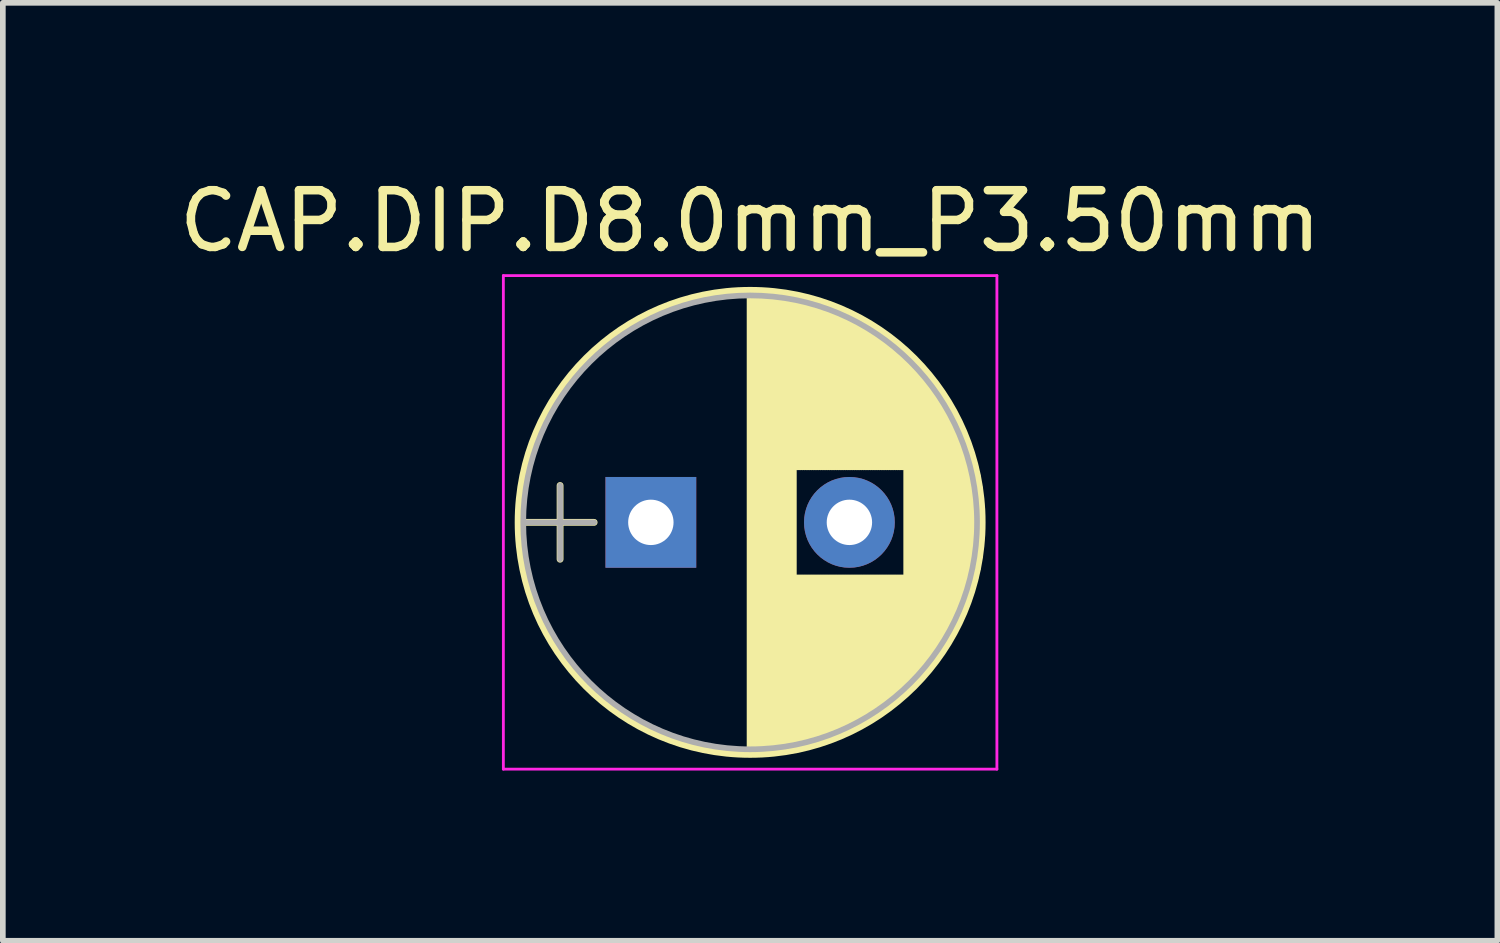
<source format=kicad_pcb>
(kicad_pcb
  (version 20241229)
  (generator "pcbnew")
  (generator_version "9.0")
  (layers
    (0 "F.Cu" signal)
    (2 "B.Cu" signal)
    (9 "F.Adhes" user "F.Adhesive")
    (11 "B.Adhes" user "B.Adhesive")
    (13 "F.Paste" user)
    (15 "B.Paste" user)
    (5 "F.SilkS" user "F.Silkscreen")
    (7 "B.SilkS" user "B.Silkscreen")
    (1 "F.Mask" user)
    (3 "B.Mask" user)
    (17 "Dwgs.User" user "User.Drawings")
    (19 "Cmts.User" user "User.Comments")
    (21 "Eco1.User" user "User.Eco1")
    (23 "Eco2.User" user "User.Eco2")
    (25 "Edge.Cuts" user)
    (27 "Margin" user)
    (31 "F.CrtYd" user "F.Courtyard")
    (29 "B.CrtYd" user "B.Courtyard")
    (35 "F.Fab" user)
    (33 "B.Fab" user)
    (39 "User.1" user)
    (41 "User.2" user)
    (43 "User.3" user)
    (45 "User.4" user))
  (footprint "CAP.DIP.D8.0mm_P3.50mm"
    (layer "F.Cu")
    (at 8.423 6.158)
    (property "Reference" "CAP.DIP.D8.0mm_P3.50mm" (at 1.75 -5.31 0) (layer "F.SilkS") (effects (font (size 1 1) (thickness 0.15))))
    (attr through_hole)
    (fp_line (start -2.2 0) (end -1 0) (stroke (width 0.12) (type solid)) (layer "F.SilkS"))
    (fp_line (start -1.6 -0.65) (end -1.6 0.65) (stroke (width 0.12) (type solid)) (layer "F.SilkS"))
    (fp_line (start 1.75 -4.05) (end 1.75 4.05) (stroke (width 0.12) (type solid)) (layer "F.SilkS"))
    (fp_line (start 1.79 -4.05) (end 1.79 4.05) (stroke (width 0.12) (type solid)) (layer "F.SilkS"))
    (fp_line (start 1.83 -4.05) (end 1.83 4.05) (stroke (width 0.12) (type solid)) (layer "F.SilkS"))
    (fp_line (start 1.87 -4.049) (end 1.87 4.049) (stroke (width 0.12) (type solid)) (layer "F.SilkS"))
    (fp_line (start 1.91 -4.047) (end 1.91 4.047) (stroke (width 0.12) (type solid)) (layer "F.SilkS"))
    (fp_line (start 1.95 -4.046) (end 1.95 4.046) (stroke (width 0.12) (type solid)) (layer "F.SilkS"))
    (fp_line (start 1.99 -4.043) (end 1.99 4.043) (stroke (width 0.12) (type solid)) (layer "F.SilkS"))
    (fp_line (start 2.03 -4.041) (end 2.03 4.041) (stroke (width 0.12) (type solid)) (layer "F.SilkS"))
    (fp_line (start 2.07 -4.038) (end 2.07 4.038) (stroke (width 0.12) (type solid)) (layer "F.SilkS"))
    (fp_line (start 2.11 -4.035) (end 2.11 4.035) (stroke (width 0.12) (type solid)) (layer "F.SilkS"))
    (fp_line (start 2.15 -4.031) (end 2.15 4.031) (stroke (width 0.12) (type solid)) (layer "F.SilkS"))
    (fp_line (start 2.19 -4.027) (end 2.19 4.027) (stroke (width 0.12) (type solid)) (layer "F.SilkS"))
    (fp_line (start 2.23 -4.022) (end 2.23 4.022) (stroke (width 0.12) (type solid)) (layer "F.SilkS"))
    (fp_line (start 2.27 -4.017) (end 2.27 4.017) (stroke (width 0.12) (type solid)) (layer "F.SilkS"))
    (fp_line (start 2.31 -4.012) (end 2.31 4.012) (stroke (width 0.12) (type solid)) (layer "F.SilkS"))
    (fp_line (start 2.35 -4.006) (end 2.35 4.006) (stroke (width 0.12) (type solid)) (layer "F.SilkS"))
    (fp_line (start 2.39 -4) (end 2.39 4) (stroke (width 0.12) (type solid)) (layer "F.SilkS"))
    (fp_line (start 2.43 -3.994) (end 2.43 3.994) (stroke (width 0.12) (type solid)) (layer "F.SilkS"))
    (fp_line (start 2.471 -3.987) (end 2.471 3.987) (stroke (width 0.12) (type solid)) (layer "F.SilkS"))
    (fp_line (start 2.511 -3.979) (end 2.511 3.979) (stroke (width 0.12) (type solid)) (layer "F.SilkS"))
    (fp_line (start 2.551 -3.971) (end 2.551 -0.98) (stroke (width 0.12) (type solid)) (layer "F.SilkS"))
    (fp_line (start 2.551 0.98) (end 2.551 3.971) (stroke (width 0.12) (type solid)) (layer "F.SilkS"))
    (fp_line (start 2.591 -3.963) (end 2.591 -0.98) (stroke (width 0.12) (type solid)) (layer "F.SilkS"))
    (fp_line (start 2.591 0.98) (end 2.591 3.963) (stroke (width 0.12) (type solid)) (layer "F.SilkS"))
    (fp_line (start 2.631 -3.955) (end 2.631 -0.98) (stroke (width 0.12) (type solid)) (layer "F.SilkS"))
    (fp_line (start 2.631 0.98) (end 2.631 3.955) (stroke (width 0.12) (type solid)) (layer "F.SilkS"))
    (fp_line (start 2.671 -3.946) (end 2.671 -0.98) (stroke (width 0.12) (type solid)) (layer "F.SilkS"))
    (fp_line (start 2.671 0.98) (end 2.671 3.946) (stroke (width 0.12) (type solid)) (layer "F.SilkS"))
    (fp_line (start 2.711 -3.936) (end 2.711 -0.98) (stroke (width 0.12) (type solid)) (layer "F.SilkS"))
    (fp_line (start 2.711 0.98) (end 2.711 3.936) (stroke (width 0.12) (type solid)) (layer "F.SilkS"))
    (fp_line (start 2.751 -3.926) (end 2.751 -0.98) (stroke (width 0.12) (type solid)) (layer "F.SilkS"))
    (fp_line (start 2.751 0.98) (end 2.751 3.926) (stroke (width 0.12) (type solid)) (layer "F.SilkS"))
    (fp_line (start 2.791 -3.916) (end 2.791 -0.98) (stroke (width 0.12) (type solid)) (layer "F.SilkS"))
    (fp_line (start 2.791 0.98) (end 2.791 3.916) (stroke (width 0.12) (type solid)) (layer "F.SilkS"))
    (fp_line (start 2.831 -3.905) (end 2.831 -0.98) (stroke (width 0.12) (type solid)) (layer "F.SilkS"))
    (fp_line (start 2.831 0.98) (end 2.831 3.905) (stroke (width 0.12) (type solid)) (layer "F.SilkS"))
    (fp_line (start 2.871 -3.894) (end 2.871 -0.98) (stroke (width 0.12) (type solid)) (layer "F.SilkS"))
    (fp_line (start 2.871 0.98) (end 2.871 3.894) (stroke (width 0.12) (type solid)) (layer "F.SilkS"))
    (fp_line (start 2.911 -3.883) (end 2.911 -0.98) (stroke (width 0.12) (type solid)) (layer "F.SilkS"))
    (fp_line (start 2.911 0.98) (end 2.911 3.883) (stroke (width 0.12) (type solid)) (layer "F.SilkS"))
    (fp_line (start 2.951 -3.87) (end 2.951 -0.98) (stroke (width 0.12) (type solid)) (layer "F.SilkS"))
    (fp_line (start 2.951 0.98) (end 2.951 3.87) (stroke (width 0.12) (type solid)) (layer "F.SilkS"))
    (fp_line (start 2.991 -3.858) (end 2.991 -0.98) (stroke (width 0.12) (type solid)) (layer "F.SilkS"))
    (fp_line (start 2.991 0.98) (end 2.991 3.858) (stroke (width 0.12) (type solid)) (layer "F.SilkS"))
    (fp_line (start 3.031 -3.845) (end 3.031 -0.98) (stroke (width 0.12) (type solid)) (layer "F.SilkS"))
    (fp_line (start 3.031 0.98) (end 3.031 3.845) (stroke (width 0.12) (type solid)) (layer "F.SilkS"))
    (fp_line (start 3.071 -3.832) (end 3.071 -0.98) (stroke (width 0.12) (type solid)) (layer "F.SilkS"))
    (fp_line (start 3.071 0.98) (end 3.071 3.832) (stroke (width 0.12) (type solid)) (layer "F.SilkS"))
    (fp_line (start 3.111 -3.818) (end 3.111 -0.98) (stroke (width 0.12) (type solid)) (layer "F.SilkS"))
    (fp_line (start 3.111 0.98) (end 3.111 3.818) (stroke (width 0.12) (type solid)) (layer "F.SilkS"))
    (fp_line (start 3.151 -3.803) (end 3.151 -0.98) (stroke (width 0.12) (type solid)) (layer "F.SilkS"))
    (fp_line (start 3.151 0.98) (end 3.151 3.803) (stroke (width 0.12) (type solid)) (layer "F.SilkS"))
    (fp_line (start 3.191 -3.789) (end 3.191 -0.98) (stroke (width 0.12) (type solid)) (layer "F.SilkS"))
    (fp_line (start 3.191 0.98) (end 3.191 3.789) (stroke (width 0.12) (type solid)) (layer "F.SilkS"))
    (fp_line (start 3.231 -3.773) (end 3.231 -0.98) (stroke (width 0.12) (type solid)) (layer "F.SilkS"))
    (fp_line (start 3.231 0.98) (end 3.231 3.773) (stroke (width 0.12) (type solid)) (layer "F.SilkS"))
    (fp_line (start 3.271 -3.758) (end 3.271 -0.98) (stroke (width 0.12) (type solid)) (layer "F.SilkS"))
    (fp_line (start 3.271 0.98) (end 3.271 3.758) (stroke (width 0.12) (type solid)) (layer "F.SilkS"))
    (fp_line (start 3.311 -3.741) (end 3.311 -0.98) (stroke (width 0.12) (type solid)) (layer "F.SilkS"))
    (fp_line (start 3.311 0.98) (end 3.311 3.741) (stroke (width 0.12) (type solid)) (layer "F.SilkS"))
    (fp_line (start 3.351 -3.725) (end 3.351 -0.98) (stroke (width 0.12) (type solid)) (layer "F.SilkS"))
    (fp_line (start 3.351 0.98) (end 3.351 3.725) (stroke (width 0.12) (type solid)) (layer "F.SilkS"))
    (fp_line (start 3.391 -3.707) (end 3.391 -0.98) (stroke (width 0.12) (type solid)) (layer "F.SilkS"))
    (fp_line (start 3.391 0.98) (end 3.391 3.707) (stroke (width 0.12) (type solid)) (layer "F.SilkS"))
    (fp_line (start 3.431 -3.69) (end 3.431 -0.98) (stroke (width 0.12) (type solid)) (layer "F.SilkS"))
    (fp_line (start 3.431 0.98) (end 3.431 3.69) (stroke (width 0.12) (type solid)) (layer "F.SilkS"))
    (fp_line (start 3.471 -3.671) (end 3.471 -0.98) (stroke (width 0.12) (type solid)) (layer "F.SilkS"))
    (fp_line (start 3.471 0.98) (end 3.471 3.671) (stroke (width 0.12) (type solid)) (layer "F.SilkS"))
    (fp_line (start 3.511 -3.652) (end 3.511 -0.98) (stroke (width 0.12) (type solid)) (layer "F.SilkS"))
    (fp_line (start 3.511 0.98) (end 3.511 3.652) (stroke (width 0.12) (type solid)) (layer "F.SilkS"))
    (fp_line (start 3.551 -3.633) (end 3.551 -0.98) (stroke (width 0.12) (type solid)) (layer "F.SilkS"))
    (fp_line (start 3.551 0.98) (end 3.551 3.633) (stroke (width 0.12) (type solid)) (layer "F.SilkS"))
    (fp_line (start 3.591 -3.613) (end 3.591 -0.98) (stroke (width 0.12) (type solid)) (layer "F.SilkS"))
    (fp_line (start 3.591 0.98) (end 3.591 3.613) (stroke (width 0.12) (type solid)) (layer "F.SilkS"))
    (fp_line (start 3.631 -3.593) (end 3.631 -0.98) (stroke (width 0.12) (type solid)) (layer "F.SilkS"))
    (fp_line (start 3.631 0.98) (end 3.631 3.593) (stroke (width 0.12) (type solid)) (layer "F.SilkS"))
    (fp_line (start 3.671 -3.572) (end 3.671 -0.98) (stroke (width 0.12) (type solid)) (layer "F.SilkS"))
    (fp_line (start 3.671 0.98) (end 3.671 3.572) (stroke (width 0.12) (type solid)) (layer "F.SilkS"))
    (fp_line (start 3.711 -3.55) (end 3.711 -0.98) (stroke (width 0.12) (type solid)) (layer "F.SilkS"))
    (fp_line (start 3.711 0.98) (end 3.711 3.55) (stroke (width 0.12) (type solid)) (layer "F.SilkS"))
    (fp_line (start 3.751 -3.528) (end 3.751 -0.98) (stroke (width 0.12) (type solid)) (layer "F.SilkS"))
    (fp_line (start 3.751 0.98) (end 3.751 3.528) (stroke (width 0.12) (type solid)) (layer "F.SilkS"))
    (fp_line (start 3.791 -3.505) (end 3.791 -0.98) (stroke (width 0.12) (type solid)) (layer "F.SilkS"))
    (fp_line (start 3.791 0.98) (end 3.791 3.505) (stroke (width 0.12) (type solid)) (layer "F.SilkS"))
    (fp_line (start 3.831 -3.482) (end 3.831 -0.98) (stroke (width 0.12) (type solid)) (layer "F.SilkS"))
    (fp_line (start 3.831 0.98) (end 3.831 3.482) (stroke (width 0.12) (type solid)) (layer "F.SilkS"))
    (fp_line (start 3.871 -3.458) (end 3.871 -0.98) (stroke (width 0.12) (type solid)) (layer "F.SilkS"))
    (fp_line (start 3.871 0.98) (end 3.871 3.458) (stroke (width 0.12) (type solid)) (layer "F.SilkS"))
    (fp_line (start 3.911 -3.434) (end 3.911 -0.98) (stroke (width 0.12) (type solid)) (layer "F.SilkS"))
    (fp_line (start 3.911 0.98) (end 3.911 3.434) (stroke (width 0.12) (type solid)) (layer "F.SilkS"))
    (fp_line (start 3.951 -3.408) (end 3.951 -0.98) (stroke (width 0.12) (type solid)) (layer "F.SilkS"))
    (fp_line (start 3.951 0.98) (end 3.951 3.408) (stroke (width 0.12) (type solid)) (layer "F.SilkS"))
    (fp_line (start 3.991 -3.383) (end 3.991 -0.98) (stroke (width 0.12) (type solid)) (layer "F.SilkS"))
    (fp_line (start 3.991 0.98) (end 3.991 3.383) (stroke (width 0.12) (type solid)) (layer "F.SilkS"))
    (fp_line (start 4.031 -3.356) (end 4.031 -0.98) (stroke (width 0.12) (type solid)) (layer "F.SilkS"))
    (fp_line (start 4.031 0.98) (end 4.031 3.356) (stroke (width 0.12) (type solid)) (layer "F.SilkS"))
    (fp_line (start 4.071 -3.329) (end 4.071 -0.98) (stroke (width 0.12) (type solid)) (layer "F.SilkS"))
    (fp_line (start 4.071 0.98) (end 4.071 3.329) (stroke (width 0.12) (type solid)) (layer "F.SilkS"))
    (fp_line (start 4.111 -3.301) (end 4.111 -0.98) (stroke (width 0.12) (type solid)) (layer "F.SilkS"))
    (fp_line (start 4.111 0.98) (end 4.111 3.301) (stroke (width 0.12) (type solid)) (layer "F.SilkS"))
    (fp_line (start 4.151 -3.272) (end 4.151 -0.98) (stroke (width 0.12) (type solid)) (layer "F.SilkS"))
    (fp_line (start 4.151 0.98) (end 4.151 3.272) (stroke (width 0.12) (type solid)) (layer "F.SilkS"))
    (fp_line (start 4.191 -3.243) (end 4.191 -0.98) (stroke (width 0.12) (type solid)) (layer "F.SilkS"))
    (fp_line (start 4.191 0.98) (end 4.191 3.243) (stroke (width 0.12) (type solid)) (layer "F.SilkS"))
    (fp_line (start 4.231 -3.213) (end 4.231 -0.98) (stroke (width 0.12) (type solid)) (layer "F.SilkS"))
    (fp_line (start 4.231 0.98) (end 4.231 3.213) (stroke (width 0.12) (type solid)) (layer "F.SilkS"))
    (fp_line (start 4.271 -3.182) (end 4.271 -0.98) (stroke (width 0.12) (type solid)) (layer "F.SilkS"))
    (fp_line (start 4.271 0.98) (end 4.271 3.182) (stroke (width 0.12) (type solid)) (layer "F.SilkS"))
    (fp_line (start 4.311 -3.15) (end 4.311 -0.98) (stroke (width 0.12) (type solid)) (layer "F.SilkS"))
    (fp_line (start 4.311 0.98) (end 4.311 3.15) (stroke (width 0.12) (type solid)) (layer "F.SilkS"))
    (fp_line (start 4.351 -3.118) (end 4.351 -0.98) (stroke (width 0.12) (type solid)) (layer "F.SilkS"))
    (fp_line (start 4.351 0.98) (end 4.351 3.118) (stroke (width 0.12) (type solid)) (layer "F.SilkS"))
    (fp_line (start 4.391 -3.084) (end 4.391 -0.98) (stroke (width 0.12) (type solid)) (layer "F.SilkS"))
    (fp_line (start 4.391 0.98) (end 4.391 3.084) (stroke (width 0.12) (type solid)) (layer "F.SilkS"))
    (fp_line (start 4.431 -3.05) (end 4.431 -0.98) (stroke (width 0.12) (type solid)) (layer "F.SilkS"))
    (fp_line (start 4.431 0.98) (end 4.431 3.05) (stroke (width 0.12) (type solid)) (layer "F.SilkS"))
    (fp_line (start 4.471 -3.015) (end 4.471 -0.98) (stroke (width 0.12) (type solid)) (layer "F.SilkS"))
    (fp_line (start 4.471 0.98) (end 4.471 3.015) (stroke (width 0.12) (type solid)) (layer "F.SilkS"))
    (fp_line (start 4.511 -2.979) (end 4.511 2.979) (stroke (width 0.12) (type solid)) (layer "F.SilkS"))
    (fp_line (start 4.551 -2.942) (end 4.551 2.942) (stroke (width 0.12) (type solid)) (layer "F.SilkS"))
    (fp_line (start 4.591 -2.904) (end 4.591 2.904) (stroke (width 0.12) (type solid)) (layer "F.SilkS"))
    (fp_line (start 4.631 -2.865) (end 4.631 2.865) (stroke (width 0.12) (type solid)) (layer "F.SilkS"))
    (fp_line (start 4.671 -2.824) (end 4.671 2.824) (stroke (width 0.12) (type solid)) (layer "F.SilkS"))
    (fp_line (start 4.711 -2.783) (end 4.711 2.783) (stroke (width 0.12) (type solid)) (layer "F.SilkS"))
    (fp_line (start 4.751 -2.74) (end 4.751 2.74) (stroke (width 0.12) (type solid)) (layer "F.SilkS"))
    (fp_line (start 4.791 -2.697) (end 4.791 2.697) (stroke (width 0.12) (type solid)) (layer "F.SilkS"))
    (fp_line (start 4.831 -2.652) (end 4.831 2.652) (stroke (width 0.12) (type solid)) (layer "F.SilkS"))
    (fp_line (start 4.871 -2.605) (end 4.871 2.605) (stroke (width 0.12) (type solid)) (layer "F.SilkS"))
    (fp_line (start 4.911 -2.557) (end 4.911 2.557) (stroke (width 0.12) (type solid)) (layer "F.SilkS"))
    (fp_line (start 4.951 -2.508) (end 4.951 2.508) (stroke (width 0.12) (type solid)) (layer "F.SilkS"))
    (fp_line (start 4.991 -2.457) (end 4.991 2.457) (stroke (width 0.12) (type solid)) (layer "F.SilkS"))
    (fp_line (start 5.031 -2.404) (end 5.031 2.404) (stroke (width 0.12) (type solid)) (layer "F.SilkS"))
    (fp_line (start 5.071 -2.349) (end 5.071 2.349) (stroke (width 0.12) (type solid)) (layer "F.SilkS"))
    (fp_line (start 5.111 -2.293) (end 5.111 2.293) (stroke (width 0.12) (type solid)) (layer "F.SilkS"))
    (fp_line (start 5.151 -2.234) (end 5.151 2.234) (stroke (width 0.12) (type solid)) (layer "F.SilkS"))
    (fp_line (start 5.191 -2.173) (end 5.191 2.173) (stroke (width 0.12) (type solid)) (layer "F.SilkS"))
    (fp_line (start 5.231 -2.109) (end 5.231 2.109) (stroke (width 0.12) (type solid)) (layer "F.SilkS"))
    (fp_line (start 5.271 -2.043) (end 5.271 2.043) (stroke (width 0.12) (type solid)) (layer "F.SilkS"))
    (fp_line (start 5.311 -1.974) (end 5.311 1.974) (stroke (width 0.12) (type solid)) (layer "F.SilkS"))
    (fp_line (start 5.351 -1.902) (end 5.351 1.902) (stroke (width 0.12) (type solid)) (layer "F.SilkS"))
    (fp_line (start 5.391 -1.826) (end 5.391 1.826) (stroke (width 0.12) (type solid)) (layer "F.SilkS"))
    (fp_line (start 5.431 -1.745) (end 5.431 1.745) (stroke (width 0.12) (type solid)) (layer "F.SilkS"))
    (fp_line (start 5.471 -1.66) (end 5.471 1.66) (stroke (width 0.12) (type solid)) (layer "F.SilkS"))
    (fp_line (start 5.511 -1.57) (end 5.511 1.57) (stroke (width 0.12) (type solid)) (layer "F.SilkS"))
    (fp_line (start 5.551 -1.473) (end 5.551 1.473) (stroke (width 0.12) (type solid)) (layer "F.SilkS"))
    (fp_line (start 5.591 -1.369) (end 5.591 1.369) (stroke (width 0.12) (type solid)) (layer "F.SilkS"))
    (fp_line (start 5.631 -1.254) (end 5.631 1.254) (stroke (width 0.12) (type solid)) (layer "F.SilkS"))
    (fp_line (start 5.671 -1.127) (end 5.671 1.127) (stroke (width 0.12) (type solid)) (layer "F.SilkS"))
    (fp_line (start 5.711 -0.983) (end 5.711 0.983) (stroke (width 0.12) (type solid)) (layer "F.SilkS"))
    (fp_line (start 5.751 -0.814) (end 5.751 0.814) (stroke (width 0.12) (type solid)) (layer "F.SilkS"))
    (fp_line (start 5.791 -0.598) (end 5.791 0.598) (stroke (width 0.12) (type solid)) (layer "F.SilkS"))
    (fp_line (start 5.831 -0.246) (end 5.831 0.246) (stroke (width 0.12) (type solid)) (layer "F.SilkS"))
    (fp_circle (center 1.75 0) (end 5.84 0) (stroke (width 0.12) (type solid)) (fill no) (layer "F.SilkS"))
    (fp_line (start -2.6 -4.35) (end -2.6 4.35) (stroke (width 0.05) (type solid)) (layer "F.CrtYd"))
    (fp_line (start -2.6 4.35) (end 6.1 4.35) (stroke (width 0.05) (type solid)) (layer "F.CrtYd"))
    (fp_line (start 6.1 -4.35) (end -2.6 -4.35) (stroke (width 0.05) (type solid)) (layer "F.CrtYd"))
    (fp_line (start 6.1 4.35) (end 6.1 -4.35) (stroke (width 0.05) (type solid)) (layer "F.CrtYd"))
    (fp_line (start -2.2 0) (end -1 0) (stroke (width 0.1) (type solid)) (layer "F.Fab"))
    (fp_line (start -1.6 -0.65) (end -1.6 0.65) (stroke (width 0.1) (type solid)) (layer "F.Fab"))
    (fp_circle (center 1.75 0) (end 5.75 0) (stroke (width 0.1) (type solid)) (fill no) (layer "F.Fab"))
    (pad "1" thru_hole rect (at 0 0) (size 1.6 1.6) (drill 0.8) (layers "*.Cu" "*.Mask"))
    (pad "2" thru_hole circle (at 3.5 0) (size 1.6 1.6) (drill 0.8) (layers "*.Cu" "*.Mask")))
  (gr_rect
    (start -3 -3)
    (end 23.345 13.533)
    (stroke (width 0.1) (type default))
    (fill no)
    (layer "Edge.Cuts")))
</source>
